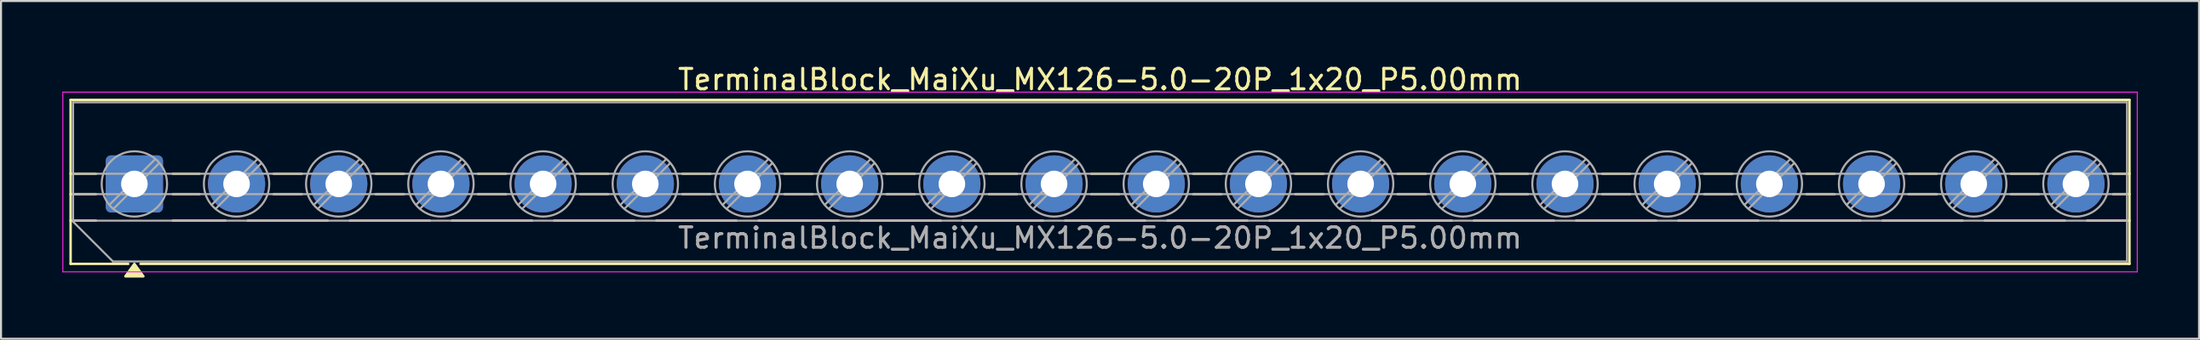
<source format=kicad_pcb>
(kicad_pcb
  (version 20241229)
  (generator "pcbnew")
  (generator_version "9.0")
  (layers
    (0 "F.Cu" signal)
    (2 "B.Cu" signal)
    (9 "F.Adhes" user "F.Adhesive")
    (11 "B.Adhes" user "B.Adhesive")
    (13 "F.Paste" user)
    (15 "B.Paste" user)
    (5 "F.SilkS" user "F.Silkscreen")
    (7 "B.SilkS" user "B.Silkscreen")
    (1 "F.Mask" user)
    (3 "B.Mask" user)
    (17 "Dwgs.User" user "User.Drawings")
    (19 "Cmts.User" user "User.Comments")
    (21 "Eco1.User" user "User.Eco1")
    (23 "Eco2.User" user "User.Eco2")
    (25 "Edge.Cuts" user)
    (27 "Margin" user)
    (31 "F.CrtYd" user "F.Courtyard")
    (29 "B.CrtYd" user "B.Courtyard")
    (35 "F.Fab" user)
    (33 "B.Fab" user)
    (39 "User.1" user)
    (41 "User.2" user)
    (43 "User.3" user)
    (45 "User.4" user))
  (footprint "TerminalBlock_MaiXu_MX126-5.0-20P_1x20_P5.00mm"
    (layer "F.Cu")
    (at 3.525 5.968)
    (property "Reference" "TerminalBlock_MaiXu_MX126-5.0-20P_1x20_P5.00mm" (at 47.25 -5.12 0) (layer "F.SilkS") (effects (font (size 1 1) (thickness 0.15))))
    (attr through_hole)
    (fp_line (start -3.12 -4.12) (end -3.12 3.92) (stroke (width 0.12) (type solid)) (layer "F.SilkS"))
    (fp_line (start -3.12 -4.12) (end 97.62 -4.12) (stroke (width 0.12) (type solid)) (layer "F.SilkS"))
    (fp_line (start -3.12 -0.5) (end -1.88 -0.5) (stroke (width 0.12) (type solid)) (layer "F.SilkS"))
    (fp_line (start -3.12 0.5) (end -1.88 0.5) (stroke (width 0.12) (type solid)) (layer "F.SilkS"))
    (fp_line (start -3.12 1.8) (end -1.88 1.8) (stroke (width 0.12) (type solid)) (layer "F.SilkS"))
    (fp_line (start -3.12 3.92) (end -0.3 3.92) (stroke (width 0.12) (type solid)) (layer "F.SilkS"))
    (fp_line (start 0.3 3.92) (end 97.62 3.92) (stroke (width 0.12) (type solid)) (layer "F.SilkS"))
    (fp_line (start 1.88 -0.5) (end 3.188 -0.5) (stroke (width 0.12) (type solid)) (layer "F.SilkS"))
    (fp_line (start 1.88 0.5) (end 3.188 0.5) (stroke (width 0.12) (type solid)) (layer "F.SilkS"))
    (fp_line (start 1.88 1.8) (end 4.457 1.8) (stroke (width 0.12) (type solid)) (layer "F.SilkS"))
    (fp_line (start 5.543 1.8) (end 9.457 1.8) (stroke (width 0.12) (type solid)) (layer "F.SilkS"))
    (fp_line (start 6.812 -0.5) (end 8.188 -0.5) (stroke (width 0.12) (type solid)) (layer "F.SilkS"))
    (fp_line (start 6.812 0.5) (end 8.188 0.5) (stroke (width 0.12) (type solid)) (layer "F.SilkS"))
    (fp_line (start 10.543 1.8) (end 14.457 1.8) (stroke (width 0.12) (type solid)) (layer "F.SilkS"))
    (fp_line (start 11.812 -0.5) (end 13.188 -0.5) (stroke (width 0.12) (type solid)) (layer "F.SilkS"))
    (fp_line (start 11.812 0.5) (end 13.188 0.5) (stroke (width 0.12) (type solid)) (layer "F.SilkS"))
    (fp_line (start 15.543 1.8) (end 19.457 1.8) (stroke (width 0.12) (type solid)) (layer "F.SilkS"))
    (fp_line (start 16.812 -0.5) (end 18.188 -0.5) (stroke (width 0.12) (type solid)) (layer "F.SilkS"))
    (fp_line (start 16.812 0.5) (end 18.188 0.5) (stroke (width 0.12) (type solid)) (layer "F.SilkS"))
    (fp_line (start 20.543 1.8) (end 24.457 1.8) (stroke (width 0.12) (type solid)) (layer "F.SilkS"))
    (fp_line (start 21.812 -0.5) (end 23.188 -0.5) (stroke (width 0.12) (type solid)) (layer "F.SilkS"))
    (fp_line (start 21.812 0.5) (end 23.188 0.5) (stroke (width 0.12) (type solid)) (layer "F.SilkS"))
    (fp_line (start 25.543 1.8) (end 29.457 1.8) (stroke (width 0.12) (type solid)) (layer "F.SilkS"))
    (fp_line (start 26.812 -0.5) (end 28.188 -0.5) (stroke (width 0.12) (type solid)) (layer "F.SilkS"))
    (fp_line (start 26.812 0.5) (end 28.188 0.5) (stroke (width 0.12) (type solid)) (layer "F.SilkS"))
    (fp_line (start 30.543 1.8) (end 34.457 1.8) (stroke (width 0.12) (type solid)) (layer "F.SilkS"))
    (fp_line (start 31.812 -0.5) (end 33.188 -0.5) (stroke (width 0.12) (type solid)) (layer "F.SilkS"))
    (fp_line (start 31.812 0.5) (end 33.188 0.5) (stroke (width 0.12) (type solid)) (layer "F.SilkS"))
    (fp_line (start 35.543 1.8) (end 39.457 1.8) (stroke (width 0.12) (type solid)) (layer "F.SilkS"))
    (fp_line (start 36.812 -0.5) (end 38.188 -0.5) (stroke (width 0.12) (type solid)) (layer "F.SilkS"))
    (fp_line (start 36.812 0.5) (end 38.188 0.5) (stroke (width 0.12) (type solid)) (layer "F.SilkS"))
    (fp_line (start 40.543 1.8) (end 44.457 1.8) (stroke (width 0.12) (type solid)) (layer "F.SilkS"))
    (fp_line (start 41.812 -0.5) (end 43.188 -0.5) (stroke (width 0.12) (type solid)) (layer "F.SilkS"))
    (fp_line (start 41.812 0.5) (end 43.188 0.5) (stroke (width 0.12) (type solid)) (layer "F.SilkS"))
    (fp_line (start 45.543 1.8) (end 49.457 1.8) (stroke (width 0.12) (type solid)) (layer "F.SilkS"))
    (fp_line (start 46.812 -0.5) (end 48.188 -0.5) (stroke (width 0.12) (type solid)) (layer "F.SilkS"))
    (fp_line (start 46.812 0.5) (end 48.188 0.5) (stroke (width 0.12) (type solid)) (layer "F.SilkS"))
    (fp_line (start 50.543 1.8) (end 54.457 1.8) (stroke (width 0.12) (type solid)) (layer "F.SilkS"))
    (fp_line (start 51.812 -0.5) (end 53.188 -0.5) (stroke (width 0.12) (type solid)) (layer "F.SilkS"))
    (fp_line (start 51.812 0.5) (end 53.188 0.5) (stroke (width 0.12) (type solid)) (layer "F.SilkS"))
    (fp_line (start 55.543 1.8) (end 59.457 1.8) (stroke (width 0.12) (type solid)) (layer "F.SilkS"))
    (fp_line (start 56.812 -0.5) (end 58.188 -0.5) (stroke (width 0.12) (type solid)) (layer "F.SilkS"))
    (fp_line (start 56.812 0.5) (end 58.188 0.5) (stroke (width 0.12) (type solid)) (layer "F.SilkS"))
    (fp_line (start 60.543 1.8) (end 64.457 1.8) (stroke (width 0.12) (type solid)) (layer "F.SilkS"))
    (fp_line (start 61.812 -0.5) (end 63.188 -0.5) (stroke (width 0.12) (type solid)) (layer "F.SilkS"))
    (fp_line (start 61.812 0.5) (end 63.188 0.5) (stroke (width 0.12) (type solid)) (layer "F.SilkS"))
    (fp_line (start 65.543 1.8) (end 69.457 1.8) (stroke (width 0.12) (type solid)) (layer "F.SilkS"))
    (fp_line (start 66.812 -0.5) (end 68.188 -0.5) (stroke (width 0.12) (type solid)) (layer "F.SilkS"))
    (fp_line (start 66.812 0.5) (end 68.188 0.5) (stroke (width 0.12) (type solid)) (layer "F.SilkS"))
    (fp_line (start 70.543 1.8) (end 74.457 1.8) (stroke (width 0.12) (type solid)) (layer "F.SilkS"))
    (fp_line (start 71.812 -0.5) (end 73.188 -0.5) (stroke (width 0.12) (type solid)) (layer "F.SilkS"))
    (fp_line (start 71.812 0.5) (end 73.188 0.5) (stroke (width 0.12) (type solid)) (layer "F.SilkS"))
    (fp_line (start 75.543 1.8) (end 79.457 1.8) (stroke (width 0.12) (type solid)) (layer "F.SilkS"))
    (fp_line (start 76.812 -0.5) (end 78.188 -0.5) (stroke (width 0.12) (type solid)) (layer "F.SilkS"))
    (fp_line (start 76.812 0.5) (end 78.188 0.5) (stroke (width 0.12) (type solid)) (layer "F.SilkS"))
    (fp_line (start 80.543 1.8) (end 84.457 1.8) (stroke (width 0.12) (type solid)) (layer "F.SilkS"))
    (fp_line (start 81.812 -0.5) (end 83.188 -0.5) (stroke (width 0.12) (type solid)) (layer "F.SilkS"))
    (fp_line (start 81.812 0.5) (end 83.188 0.5) (stroke (width 0.12) (type solid)) (layer "F.SilkS"))
    (fp_line (start 85.543 1.8) (end 89.457 1.8) (stroke (width 0.12) (type solid)) (layer "F.SilkS"))
    (fp_line (start 86.812 -0.5) (end 88.188 -0.5) (stroke (width 0.12) (type solid)) (layer "F.SilkS"))
    (fp_line (start 86.812 0.5) (end 88.188 0.5) (stroke (width 0.12) (type solid)) (layer "F.SilkS"))
    (fp_line (start 90.543 1.8) (end 94.457 1.8) (stroke (width 0.12) (type solid)) (layer "F.SilkS"))
    (fp_line (start 91.812 -0.5) (end 93.188 -0.5) (stroke (width 0.12) (type solid)) (layer "F.SilkS"))
    (fp_line (start 91.812 0.5) (end 93.188 0.5) (stroke (width 0.12) (type solid)) (layer "F.SilkS"))
    (fp_line (start 95.543 1.8) (end 97.62 1.8) (stroke (width 0.12) (type solid)) (layer "F.SilkS"))
    (fp_line (start 96.812 -0.5) (end 97.62 -0.5) (stroke (width 0.12) (type solid)) (layer "F.SilkS"))
    (fp_line (start 96.812 0.5) (end 97.62 0.5) (stroke (width 0.12) (type solid)) (layer "F.SilkS"))
    (fp_line (start 97.62 -4.12) (end 97.62 3.92) (stroke (width 0.12) (type solid)) (layer "F.SilkS"))
    (fp_poly (pts (xy 0 3.92) (xy 0.44 4.53) (xy -0.44 4.53)) (stroke (width 0.12) (type solid)) (fill yes) (layer "F.SilkS"))
    (fp_line (start -3.5 -4.5) (end -3.5 4.31) (stroke (width 0.05) (type solid)) (layer "F.CrtYd"))
    (fp_line (start -3.5 4.31) (end 98 4.31) (stroke (width 0.05) (type solid)) (layer "F.CrtYd"))
    (fp_line (start 98 -4.5) (end -3.5 -4.5) (stroke (width 0.05) (type solid)) (layer "F.CrtYd"))
    (fp_line (start 98 4.31) (end 98 -4.5) (stroke (width 0.05) (type solid)) (layer "F.CrtYd"))
    (fp_line (start -3 -4) (end 97.5 -4) (stroke (width 0.1) (type solid)) (layer "F.Fab"))
    (fp_line (start -3 -0.5) (end 97.5 -0.5) (stroke (width 0.1) (type solid)) (layer "F.Fab"))
    (fp_line (start -3 0.5) (end 97.5 0.5) (stroke (width 0.1) (type solid)) (layer "F.Fab"))
    (fp_line (start -3 1.8) (end 97.5 1.8) (stroke (width 0.1) (type solid)) (layer "F.Fab"))
    (fp_line (start -3 1.85) (end -3 -4) (stroke (width 0.1) (type solid)) (layer "F.Fab"))
    (fp_line (start -1.05 3.8) (end -3 1.85) (stroke (width 0.1) (type solid)) (layer "F.Fab"))
    (fp_line (start 1.018 -1.213) (end -1.213 1.018) (stroke (width 0.1) (type solid)) (layer "F.Fab"))
    (fp_line (start 1.213 -1.018) (end -1.018 1.213) (stroke (width 0.1) (type solid)) (layer "F.Fab"))
    (fp_line (start 6.018 -1.213) (end 3.787 1.018) (stroke (width 0.1) (type solid)) (layer "F.Fab"))
    (fp_line (start 6.213 -1.018) (end 3.982 1.213) (stroke (width 0.1) (type solid)) (layer "F.Fab"))
    (fp_line (start 11.018 -1.213) (end 8.787 1.018) (stroke (width 0.1) (type solid)) (layer "F.Fab"))
    (fp_line (start 11.213 -1.018) (end 8.982 1.213) (stroke (width 0.1) (type solid)) (layer "F.Fab"))
    (fp_line (start 16.018 -1.213) (end 13.787 1.018) (stroke (width 0.1) (type solid)) (layer "F.Fab"))
    (fp_line (start 16.213 -1.018) (end 13.982 1.213) (stroke (width 0.1) (type solid)) (layer "F.Fab"))
    (fp_line (start 21.018 -1.213) (end 18.787 1.018) (stroke (width 0.1) (type solid)) (layer "F.Fab"))
    (fp_line (start 21.213 -1.018) (end 18.982 1.213) (stroke (width 0.1) (type solid)) (layer "F.Fab"))
    (fp_line (start 26.018 -1.213) (end 23.787 1.018) (stroke (width 0.1) (type solid)) (layer "F.Fab"))
    (fp_line (start 26.213 -1.018) (end 23.982 1.213) (stroke (width 0.1) (type solid)) (layer "F.Fab"))
    (fp_line (start 31.018 -1.213) (end 28.787 1.018) (stroke (width 0.1) (type solid)) (layer "F.Fab"))
    (fp_line (start 31.213 -1.018) (end 28.982 1.213) (stroke (width 0.1) (type solid)) (layer "F.Fab"))
    (fp_line (start 36.018 -1.213) (end 33.787 1.018) (stroke (width 0.1) (type solid)) (layer "F.Fab"))
    (fp_line (start 36.213 -1.018) (end 33.982 1.213) (stroke (width 0.1) (type solid)) (layer "F.Fab"))
    (fp_line (start 41.018 -1.213) (end 38.787 1.018) (stroke (width 0.1) (type solid)) (layer "F.Fab"))
    (fp_line (start 41.213 -1.018) (end 38.982 1.213) (stroke (width 0.1) (type solid)) (layer "F.Fab"))
    (fp_line (start 46.018 -1.213) (end 43.787 1.018) (stroke (width 0.1) (type solid)) (layer "F.Fab"))
    (fp_line (start 46.213 -1.018) (end 43.982 1.213) (stroke (width 0.1) (type solid)) (layer "F.Fab"))
    (fp_line (start 51.018 -1.213) (end 48.787 1.018) (stroke (width 0.1) (type solid)) (layer "F.Fab"))
    (fp_line (start 51.213 -1.018) (end 48.982 1.213) (stroke (width 0.1) (type solid)) (layer "F.Fab"))
    (fp_line (start 56.018 -1.213) (end 53.787 1.018) (stroke (width 0.1) (type solid)) (layer "F.Fab"))
    (fp_line (start 56.213 -1.018) (end 53.982 1.213) (stroke (width 0.1) (type solid)) (layer "F.Fab"))
    (fp_line (start 61.018 -1.213) (end 58.787 1.018) (stroke (width 0.1) (type solid)) (layer "F.Fab"))
    (fp_line (start 61.213 -1.018) (end 58.982 1.213) (stroke (width 0.1) (type solid)) (layer "F.Fab"))
    (fp_line (start 66.018 -1.213) (end 63.787 1.018) (stroke (width 0.1) (type solid)) (layer "F.Fab"))
    (fp_line (start 66.213 -1.018) (end 63.982 1.213) (stroke (width 0.1) (type solid)) (layer "F.Fab"))
    (fp_line (start 71.018 -1.213) (end 68.787 1.018) (stroke (width 0.1) (type solid)) (layer "F.Fab"))
    (fp_line (start 71.213 -1.018) (end 68.982 1.213) (stroke (width 0.1) (type solid)) (layer "F.Fab"))
    (fp_line (start 76.018 -1.213) (end 73.787 1.018) (stroke (width 0.1) (type solid)) (layer "F.Fab"))
    (fp_line (start 76.213 -1.018) (end 73.982 1.213) (stroke (width 0.1) (type solid)) (layer "F.Fab"))
    (fp_line (start 81.018 -1.213) (end 78.787 1.018) (stroke (width 0.1) (type solid)) (layer "F.Fab"))
    (fp_line (start 81.213 -1.018) (end 78.982 1.213) (stroke (width 0.1) (type solid)) (layer "F.Fab"))
    (fp_line (start 86.018 -1.213) (end 83.787 1.018) (stroke (width 0.1) (type solid)) (layer "F.Fab"))
    (fp_line (start 86.213 -1.018) (end 83.982 1.213) (stroke (width 0.1) (type solid)) (layer "F.Fab"))
    (fp_line (start 91.018 -1.213) (end 88.787 1.018) (stroke (width 0.1) (type solid)) (layer "F.Fab"))
    (fp_line (start 91.213 -1.018) (end 88.982 1.213) (stroke (width 0.1) (type solid)) (layer "F.Fab"))
    (fp_line (start 96.018 -1.213) (end 93.787 1.018) (stroke (width 0.1) (type solid)) (layer "F.Fab"))
    (fp_line (start 96.213 -1.018) (end 93.982 1.213) (stroke (width 0.1) (type solid)) (layer "F.Fab"))
    (fp_line (start 97.5 -4) (end 97.5 3.8) (stroke (width 0.1) (type solid)) (layer "F.Fab"))
    (fp_line (start 97.5 3.8) (end -1.05 3.8) (stroke (width 0.1) (type solid)) (layer "F.Fab"))
    (fp_circle (center 0 0) (end 1.6 0) (stroke (width 0.1) (type solid)) (fill no) (layer "F.Fab"))
    (fp_circle (center 5 0) (end 6.6 0) (stroke (width 0.1) (type solid)) (fill no) (layer "F.Fab"))
    (fp_circle (center 10 0) (end 11.6 0) (stroke (width 0.1) (type solid)) (fill no) (layer "F.Fab"))
    (fp_circle (center 15 0) (end 16.6 0) (stroke (width 0.1) (type solid)) (fill no) (layer "F.Fab"))
    (fp_circle (center 20 0) (end 21.6 0) (stroke (width 0.1) (type solid)) (fill no) (layer "F.Fab"))
    (fp_circle (center 25 0) (end 26.6 0) (stroke (width 0.1) (type solid)) (fill no) (layer "F.Fab"))
    (fp_circle (center 30 0) (end 31.6 0) (stroke (width 0.1) (type solid)) (fill no) (layer "F.Fab"))
    (fp_circle (center 35 0) (end 36.6 0) (stroke (width 0.1) (type solid)) (fill no) (layer "F.Fab"))
    (fp_circle (center 40 0) (end 41.6 0) (stroke (width 0.1) (type solid)) (fill no) (layer "F.Fab"))
    (fp_circle (center 45 0) (end 46.6 0) (stroke (width 0.1) (type solid)) (fill no) (layer "F.Fab"))
    (fp_circle (center 50 0) (end 51.6 0) (stroke (width 0.1) (type solid)) (fill no) (layer "F.Fab"))
    (fp_circle (center 55 0) (end 56.6 0) (stroke (width 0.1) (type solid)) (fill no) (layer "F.Fab"))
    (fp_circle (center 60 0) (end 61.6 0) (stroke (width 0.1) (type solid)) (fill no) (layer "F.Fab"))
    (fp_circle (center 65 0) (end 66.6 0) (stroke (width 0.1) (type solid)) (fill no) (layer "F.Fab"))
    (fp_circle (center 70 0) (end 71.6 0) (stroke (width 0.1) (type solid)) (fill no) (layer "F.Fab"))
    (fp_circle (center 75 0) (end 76.6 0) (stroke (width 0.1) (type solid)) (fill no) (layer "F.Fab"))
    (fp_circle (center 80 0) (end 81.6 0) (stroke (width 0.1) (type solid)) (fill no) (layer "F.Fab"))
    (fp_circle (center 85 0) (end 86.6 0) (stroke (width 0.1) (type solid)) (fill no) (layer "F.Fab"))
    (fp_circle (center 90 0) (end 91.6 0) (stroke (width 0.1) (type solid)) (fill no) (layer "F.Fab"))
    (fp_circle (center 95 0) (end 96.6 0) (stroke (width 0.1) (type solid)) (fill no) (layer "F.Fab"))
    (fp_text user "${REFERENCE}" (at 47.25 2.65 0) (layer "F.Fab") (effects (font (size 1 1) (thickness 0.15))))
    (pad "1" thru_hole roundrect (at 0 0) (size 2.8 2.8) (drill 1.3) (layers "*.Cu" "*.Mask") (roundrect_rratio 0.089))
    (pad "2" thru_hole circle (at 5 0) (size 2.8 2.8) (drill 1.3) (layers "*.Cu" "*.Mask"))
    (pad "3" thru_hole circle (at 10 0) (size 2.8 2.8) (drill 1.3) (layers "*.Cu" "*.Mask"))
    (pad "4" thru_hole circle (at 15 0) (size 2.8 2.8) (drill 1.3) (layers "*.Cu" "*.Mask"))
    (pad "5" thru_hole circle (at 20 0) (size 2.8 2.8) (drill 1.3) (layers "*.Cu" "*.Mask"))
    (pad "6" thru_hole circle (at 25 0) (size 2.8 2.8) (drill 1.3) (layers "*.Cu" "*.Mask"))
    (pad "7" thru_hole circle (at 30 0) (size 2.8 2.8) (drill 1.3) (layers "*.Cu" "*.Mask"))
    (pad "8" thru_hole circle (at 35 0) (size 2.8 2.8) (drill 1.3) (layers "*.Cu" "*.Mask"))
    (pad "9" thru_hole circle (at 40 0) (size 2.8 2.8) (drill 1.3) (layers "*.Cu" "*.Mask"))
    (pad "10" thru_hole circle (at 45 0) (size 2.8 2.8) (drill 1.3) (layers "*.Cu" "*.Mask"))
    (pad "11" thru_hole circle (at 50 0) (size 2.8 2.8) (drill 1.3) (layers "*.Cu" "*.Mask"))
    (pad "12" thru_hole circle (at 55 0) (size 2.8 2.8) (drill 1.3) (layers "*.Cu" "*.Mask"))
    (pad "13" thru_hole circle (at 60 0) (size 2.8 2.8) (drill 1.3) (layers "*.Cu" "*.Mask"))
    (pad "14" thru_hole circle (at 65 0) (size 2.8 2.8) (drill 1.3) (layers "*.Cu" "*.Mask"))
    (pad "15" thru_hole circle (at 70 0) (size 2.8 2.8) (drill 1.3) (layers "*.Cu" "*.Mask"))
    (pad "16" thru_hole circle (at 75 0) (size 2.8 2.8) (drill 1.3) (layers "*.Cu" "*.Mask"))
    (pad "17" thru_hole circle (at 80 0) (size 2.8 2.8) (drill 1.3) (layers "*.Cu" "*.Mask"))
    (pad "18" thru_hole circle (at 85 0) (size 2.8 2.8) (drill 1.3) (layers "*.Cu" "*.Mask"))
    (pad "19" thru_hole circle (at 90 0) (size 2.8 2.8) (drill 1.3) (layers "*.Cu" "*.Mask"))
    (pad "20" thru_hole circle (at 95 0) (size 2.8 2.8) (drill 1.3) (layers "*.Cu" "*.Mask")))
  (gr_rect
    (start -3 -3)
    (end 104.55 13.558)
    (stroke (width 0.1) (type default))
    (fill no)
    (layer "Edge.Cuts")))
</source>
